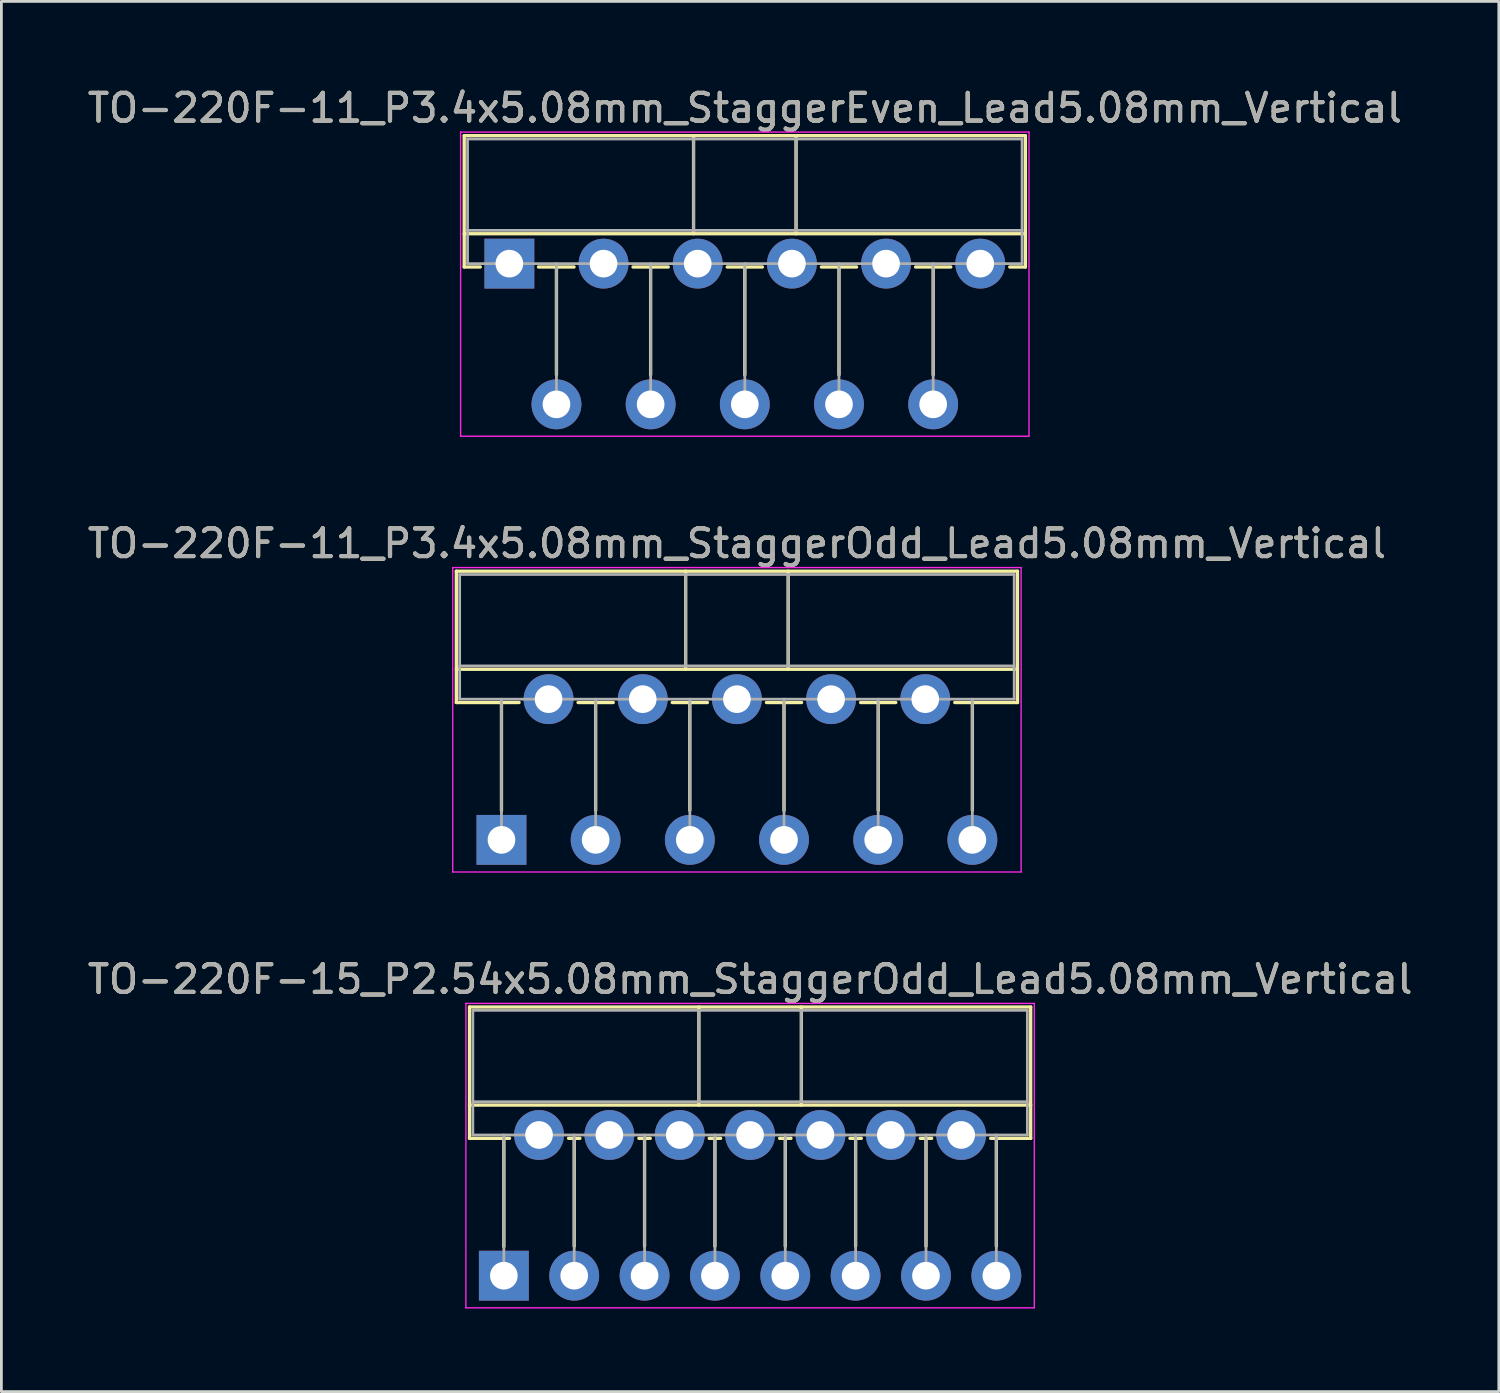
<source format=kicad_pcb>
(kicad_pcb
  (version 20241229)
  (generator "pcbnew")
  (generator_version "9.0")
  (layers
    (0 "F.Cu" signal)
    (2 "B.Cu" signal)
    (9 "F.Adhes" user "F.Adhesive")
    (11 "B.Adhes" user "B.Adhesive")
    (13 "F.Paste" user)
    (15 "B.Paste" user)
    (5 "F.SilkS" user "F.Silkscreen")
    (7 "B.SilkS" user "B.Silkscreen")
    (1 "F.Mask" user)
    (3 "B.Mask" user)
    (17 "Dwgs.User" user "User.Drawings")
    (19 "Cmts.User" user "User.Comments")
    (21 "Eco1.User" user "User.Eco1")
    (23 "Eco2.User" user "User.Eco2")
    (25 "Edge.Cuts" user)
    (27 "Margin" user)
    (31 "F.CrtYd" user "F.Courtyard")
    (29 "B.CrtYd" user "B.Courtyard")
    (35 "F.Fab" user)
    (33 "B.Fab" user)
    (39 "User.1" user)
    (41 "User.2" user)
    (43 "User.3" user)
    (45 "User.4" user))
  (footprint "TO-220F-11_P3.4x5.08mm_StaggerOdd_Lead5.08mm_Vertical"
    (layer "F.Cu")
    (at 15.054 27.271)
    (property "Reference" "TO-220F-11_P3.4x5.08mm_StaggerOdd_Lead5.08mm_Vertical" (at 8.5 -10.7 0) (layer "F.SilkS") (effects (font (size 1 1) (thickness 0.15))))
    (attr through_hole)
    (fp_line (start -1.63 -9.7) (end -1.63 -4.959) (stroke (width 0.12) (type solid)) (layer "F.SilkS"))
    (fp_line (start -1.63 -9.7) (end 18.63 -9.7) (stroke (width 0.12) (type solid)) (layer "F.SilkS"))
    (fp_line (start -1.63 -6.16) (end 18.63 -6.16) (stroke (width 0.12) (type solid)) (layer "F.SilkS"))
    (fp_line (start -1.63 -4.959) (end 0.635 -4.959) (stroke (width 0.12) (type solid)) (layer "F.SilkS"))
    (fp_line (start 0 -4.959) (end 0 -1.05) (stroke (width 0.12) (type solid)) (layer "F.SilkS"))
    (fp_line (start 2.765 -4.959) (end 4.035 -4.959) (stroke (width 0.12) (type solid)) (layer "F.SilkS"))
    (fp_line (start 3.4 -4.959) (end 3.4 -1.065) (stroke (width 0.12) (type solid)) (layer "F.SilkS"))
    (fp_line (start 6.165 -4.959) (end 7.435 -4.959) (stroke (width 0.12) (type solid)) (layer "F.SilkS"))
    (fp_line (start 6.65 -9.7) (end 6.65 -6.16) (stroke (width 0.12) (type solid)) (layer "F.SilkS"))
    (fp_line (start 6.8 -4.959) (end 6.8 -1.065) (stroke (width 0.12) (type solid)) (layer "F.SilkS"))
    (fp_line (start 9.566 -4.959) (end 10.835 -4.959) (stroke (width 0.12) (type solid)) (layer "F.SilkS"))
    (fp_line (start 10.2 -4.959) (end 10.2 -1.065) (stroke (width 0.12) (type solid)) (layer "F.SilkS"))
    (fp_line (start 10.35 -9.7) (end 10.35 -6.16) (stroke (width 0.12) (type solid)) (layer "F.SilkS"))
    (fp_line (start 12.965 -4.959) (end 14.235 -4.959) (stroke (width 0.12) (type solid)) (layer "F.SilkS"))
    (fp_line (start 13.6 -4.959) (end 13.6 -1.065) (stroke (width 0.12) (type solid)) (layer "F.SilkS"))
    (fp_line (start 16.365 -4.959) (end 18.63 -4.959) (stroke (width 0.12) (type solid)) (layer "F.SilkS"))
    (fp_line (start 17 -4.959) (end 17 -1.065) (stroke (width 0.12) (type solid)) (layer "F.SilkS"))
    (fp_line (start 18.63 -9.7) (end 18.63 -4.959) (stroke (width 0.12) (type solid)) (layer "F.SilkS"))
    (fp_line (start -1.76 -9.83) (end -1.76 1.16) (stroke (width 0.05) (type solid)) (layer "F.CrtYd"))
    (fp_line (start -1.76 1.16) (end 18.76 1.16) (stroke (width 0.05) (type solid)) (layer "F.CrtYd"))
    (fp_line (start 18.76 -9.83) (end -1.76 -9.83) (stroke (width 0.05) (type solid)) (layer "F.CrtYd"))
    (fp_line (start 18.76 1.16) (end 18.76 -9.83) (stroke (width 0.05) (type solid)) (layer "F.CrtYd"))
    (fp_line (start -1.51 -9.58) (end -1.51 -5.08) (stroke (width 0.1) (type solid)) (layer "F.Fab"))
    (fp_line (start -1.51 -6.28) (end 18.51 -6.28) (stroke (width 0.1) (type solid)) (layer "F.Fab"))
    (fp_line (start -1.51 -5.08) (end 18.51 -5.08) (stroke (width 0.1) (type solid)) (layer "F.Fab"))
    (fp_line (start 0 -5.08) (end 0 0) (stroke (width 0.1) (type solid)) (layer "F.Fab"))
    (fp_line (start 3.4 -5.08) (end 3.4 0) (stroke (width 0.1) (type solid)) (layer "F.Fab"))
    (fp_line (start 6.65 -9.58) (end 6.65 -6.28) (stroke (width 0.1) (type solid)) (layer "F.Fab"))
    (fp_line (start 6.8 -5.08) (end 6.8 0) (stroke (width 0.1) (type solid)) (layer "F.Fab"))
    (fp_line (start 10.2 -5.08) (end 10.2 0) (stroke (width 0.1) (type solid)) (layer "F.Fab"))
    (fp_line (start 10.35 -9.58) (end 10.35 -6.28) (stroke (width 0.1) (type solid)) (layer "F.Fab"))
    (fp_line (start 13.6 -5.08) (end 13.6 0) (stroke (width 0.1) (type solid)) (layer "F.Fab"))
    (fp_line (start 17 -5.08) (end 17 0) (stroke (width 0.1) (type solid)) (layer "F.Fab"))
    (fp_line (start 18.51 -9.58) (end -1.51 -9.58) (stroke (width 0.1) (type solid)) (layer "F.Fab"))
    (fp_line (start 18.51 -5.08) (end 18.51 -9.58) (stroke (width 0.1) (type solid)) (layer "F.Fab"))
    (fp_text user "${REFERENCE}" (at 8.5 -10.7 0) (layer "F.Fab") (effects (font (size 1 1) (thickness 0.15))))
    (pad "1" thru_hole rect (at 0 0) (size 1.8 1.8) (drill 1) (layers "*.Cu" "*.Mask"))
    (pad "2" thru_hole oval (at 1.7 -5.08) (size 1.8 1.8) (drill 1) (layers "*.Cu" "*.Mask"))
    (pad "3" thru_hole oval (at 3.4 0) (size 1.8 1.8) (drill 1) (layers "*.Cu" "*.Mask"))
    (pad "4" thru_hole oval (at 5.1 -5.08) (size 1.8 1.8) (drill 1) (layers "*.Cu" "*.Mask"))
    (pad "5" thru_hole oval (at 6.8 0) (size 1.8 1.8) (drill 1) (layers "*.Cu" "*.Mask"))
    (pad "6" thru_hole oval (at 8.5 -5.08) (size 1.8 1.8) (drill 1) (layers "*.Cu" "*.Mask"))
    (pad "7" thru_hole oval (at 10.2 0) (size 1.8 1.8) (drill 1) (layers "*.Cu" "*.Mask"))
    (pad "8" thru_hole oval (at 11.9 -5.08) (size 1.8 1.8) (drill 1) (layers "*.Cu" "*.Mask"))
    (pad "9" thru_hole oval (at 13.6 0) (size 1.8 1.8) (drill 1) (layers "*.Cu" "*.Mask"))
    (pad "10" thru_hole oval (at 15.3 -5.08) (size 1.8 1.8) (drill 1) (layers "*.Cu" "*.Mask"))
    (pad "11" thru_hole oval (at 17 0) (size 1.8 1.8) (drill 1) (layers "*.Cu" "*.Mask")))
  (footprint "TO-220F-15_P2.54x5.08mm_StaggerOdd_Lead5.08mm_Vertical"
    (layer "F.Cu")
    (at 15.14 43.005)
    (property "Reference" "TO-220F-15_P2.54x5.08mm_StaggerOdd_Lead5.08mm_Vertical" (at 8.89 -10.7 0) (layer "F.SilkS") (effects (font (size 1 1) (thickness 0.15))))
    (attr through_hole)
    (fp_line (start -1.24 -9.7) (end -1.24 -4.959) (stroke (width 0.12) (type solid)) (layer "F.SilkS"))
    (fp_line (start -1.24 -9.7) (end 19.02 -9.7) (stroke (width 0.12) (type solid)) (layer "F.SilkS"))
    (fp_line (start -1.24 -6.16) (end 19.02 -6.16) (stroke (width 0.12) (type solid)) (layer "F.SilkS"))
    (fp_line (start -1.24 -4.959) (end 0.205 -4.959) (stroke (width 0.12) (type solid)) (layer "F.SilkS"))
    (fp_line (start 0 -4.959) (end 0 -1.05) (stroke (width 0.12) (type solid)) (layer "F.SilkS"))
    (fp_line (start 2.336 -4.959) (end 2.745 -4.959) (stroke (width 0.12) (type solid)) (layer "F.SilkS"))
    (fp_line (start 2.54 -4.959) (end 2.54 -1.065) (stroke (width 0.12) (type solid)) (layer "F.SilkS"))
    (fp_line (start 4.875 -4.959) (end 5.285 -4.959) (stroke (width 0.12) (type solid)) (layer "F.SilkS"))
    (fp_line (start 5.08 -4.959) (end 5.08 -1.065) (stroke (width 0.12) (type solid)) (layer "F.SilkS"))
    (fp_line (start 7.041 -9.7) (end 7.041 -6.16) (stroke (width 0.12) (type solid)) (layer "F.SilkS"))
    (fp_line (start 7.415 -4.959) (end 7.825 -4.959) (stroke (width 0.12) (type solid)) (layer "F.SilkS"))
    (fp_line (start 7.62 -4.959) (end 7.62 -1.065) (stroke (width 0.12) (type solid)) (layer "F.SilkS"))
    (fp_line (start 9.955 -4.959) (end 10.365 -4.959) (stroke (width 0.12) (type solid)) (layer "F.SilkS"))
    (fp_line (start 10.16 -4.959) (end 10.16 -1.065) (stroke (width 0.12) (type solid)) (layer "F.SilkS"))
    (fp_line (start 10.74 -9.7) (end 10.74 -6.16) (stroke (width 0.12) (type solid)) (layer "F.SilkS"))
    (fp_line (start 12.495 -4.959) (end 12.905 -4.959) (stroke (width 0.12) (type solid)) (layer "F.SilkS"))
    (fp_line (start 12.7 -4.959) (end 12.7 -1.065) (stroke (width 0.12) (type solid)) (layer "F.SilkS"))
    (fp_line (start 15.035 -4.959) (end 15.445 -4.959) (stroke (width 0.12) (type solid)) (layer "F.SilkS"))
    (fp_line (start 15.24 -4.959) (end 15.24 -1.065) (stroke (width 0.12) (type solid)) (layer "F.SilkS"))
    (fp_line (start 17.575 -4.959) (end 19.02 -4.959) (stroke (width 0.12) (type solid)) (layer "F.SilkS"))
    (fp_line (start 17.78 -4.959) (end 17.78 -1.065) (stroke (width 0.12) (type solid)) (layer "F.SilkS"))
    (fp_line (start 19.02 -9.7) (end 19.02 -4.959) (stroke (width 0.12) (type solid)) (layer "F.SilkS"))
    (fp_line (start -1.37 -9.83) (end -1.37 1.16) (stroke (width 0.05) (type solid)) (layer "F.CrtYd"))
    (fp_line (start -1.37 1.16) (end 19.15 1.16) (stroke (width 0.05) (type solid)) (layer "F.CrtYd"))
    (fp_line (start 19.15 -9.83) (end -1.37 -9.83) (stroke (width 0.05) (type solid)) (layer "F.CrtYd"))
    (fp_line (start 19.15 1.16) (end 19.15 -9.83) (stroke (width 0.05) (type solid)) (layer "F.CrtYd"))
    (fp_line (start -1.12 -9.58) (end -1.12 -5.08) (stroke (width 0.1) (type solid)) (layer "F.Fab"))
    (fp_line (start -1.12 -6.28) (end 18.9 -6.28) (stroke (width 0.1) (type solid)) (layer "F.Fab"))
    (fp_line (start -1.12 -5.08) (end 18.9 -5.08) (stroke (width 0.1) (type solid)) (layer "F.Fab"))
    (fp_line (start 0 -5.08) (end 0 0) (stroke (width 0.1) (type solid)) (layer "F.Fab"))
    (fp_line (start 2.54 -5.08) (end 2.54 0) (stroke (width 0.1) (type solid)) (layer "F.Fab"))
    (fp_line (start 5.08 -5.08) (end 5.08 0) (stroke (width 0.1) (type solid)) (layer "F.Fab"))
    (fp_line (start 7.04 -9.58) (end 7.04 -6.28) (stroke (width 0.1) (type solid)) (layer "F.Fab"))
    (fp_line (start 7.62 -5.08) (end 7.62 0) (stroke (width 0.1) (type solid)) (layer "F.Fab"))
    (fp_line (start 10.16 -5.08) (end 10.16 0) (stroke (width 0.1) (type solid)) (layer "F.Fab"))
    (fp_line (start 10.74 -9.58) (end 10.74 -6.28) (stroke (width 0.1) (type solid)) (layer "F.Fab"))
    (fp_line (start 12.7 -5.08) (end 12.7 0) (stroke (width 0.1) (type solid)) (layer "F.Fab"))
    (fp_line (start 15.24 -5.08) (end 15.24 0) (stroke (width 0.1) (type solid)) (layer "F.Fab"))
    (fp_line (start 17.78 -5.08) (end 17.78 0) (stroke (width 0.1) (type solid)) (layer "F.Fab"))
    (fp_line (start 18.9 -9.58) (end -1.12 -9.58) (stroke (width 0.1) (type solid)) (layer "F.Fab"))
    (fp_line (start 18.9 -5.08) (end 18.9 -9.58) (stroke (width 0.1) (type solid)) (layer "F.Fab"))
    (fp_text user "${REFERENCE}" (at 8.89 -10.7 0) (layer "F.Fab") (effects (font (size 1 1) (thickness 0.15))))
    (pad "1" thru_hole rect (at 0 0) (size 1.8 1.8) (drill 1) (layers "*.Cu" "*.Mask"))
    (pad "2" thru_hole oval (at 1.27 -5.08) (size 1.8 1.8) (drill 1) (layers "*.Cu" "*.Mask"))
    (pad "3" thru_hole oval (at 2.54 0) (size 1.8 1.8) (drill 1) (layers "*.Cu" "*.Mask"))
    (pad "4" thru_hole oval (at 3.81 -5.08) (size 1.8 1.8) (drill 1) (layers "*.Cu" "*.Mask"))
    (pad "5" thru_hole oval (at 5.08 0) (size 1.8 1.8) (drill 1) (layers "*.Cu" "*.Mask"))
    (pad "6" thru_hole oval (at 6.35 -5.08) (size 1.8 1.8) (drill 1) (layers "*.Cu" "*.Mask"))
    (pad "7" thru_hole oval (at 7.62 0) (size 1.8 1.8) (drill 1) (layers "*.Cu" "*.Mask"))
    (pad "8" thru_hole oval (at 8.89 -5.08) (size 1.8 1.8) (drill 1) (layers "*.Cu" "*.Mask"))
    (pad "9" thru_hole oval (at 10.16 0) (size 1.8 1.8) (drill 1) (layers "*.Cu" "*.Mask"))
    (pad "10" thru_hole oval (at 11.43 -5.08) (size 1.8 1.8) (drill 1) (layers "*.Cu" "*.Mask"))
    (pad "11" thru_hole oval (at 12.7 0) (size 1.8 1.8) (drill 1) (layers "*.Cu" "*.Mask"))
    (pad "12" thru_hole oval (at 13.97 -5.08) (size 1.8 1.8) (drill 1) (layers "*.Cu" "*.Mask"))
    (pad "13" thru_hole oval (at 15.24 0) (size 1.8 1.8) (drill 1) (layers "*.Cu" "*.Mask"))
    (pad "14" thru_hole oval (at 16.51 -5.08) (size 1.8 1.8) (drill 1) (layers "*.Cu" "*.Mask"))
    (pad "15" thru_hole oval (at 17.78 0) (size 1.8 1.8) (drill 1) (layers "*.Cu" "*.Mask")))
  (footprint "TO-220F-11_P3.4x5.08mm_StaggerEven_Lead5.08mm_Vertical"
    (layer "F.Cu")
    (at 15.339 6.468)
    (property "Reference" "TO-220F-11_P3.4x5.08mm_StaggerEven_Lead5.08mm_Vertical" (at 8.5 -5.62 0) (layer "F.SilkS") (effects (font (size 1 1) (thickness 0.15))))
    (attr through_hole)
    (fp_line (start -1.63 -4.62) (end -1.63 0.121) (stroke (width 0.12) (type solid)) (layer "F.SilkS"))
    (fp_line (start -1.63 -4.62) (end 18.63 -4.62) (stroke (width 0.12) (type solid)) (layer "F.SilkS"))
    (fp_line (start -1.63 -1.08) (end 18.63 -1.08) (stroke (width 0.12) (type solid)) (layer "F.SilkS"))
    (fp_line (start -1.63 0.121) (end -1.05 0.121) (stroke (width 0.12) (type solid)) (layer "F.SilkS"))
    (fp_line (start 1.05 0.121) (end 2.335 0.121) (stroke (width 0.12) (type solid)) (layer "F.SilkS"))
    (fp_line (start 1.7 0.121) (end 1.7 4.015) (stroke (width 0.12) (type solid)) (layer "F.SilkS"))
    (fp_line (start 4.465 0.121) (end 5.735 0.121) (stroke (width 0.12) (type solid)) (layer "F.SilkS"))
    (fp_line (start 5.1 0.121) (end 5.1 4.015) (stroke (width 0.12) (type solid)) (layer "F.SilkS"))
    (fp_line (start 6.65 -4.62) (end 6.65 -1.08) (stroke (width 0.12) (type solid)) (layer "F.SilkS"))
    (fp_line (start 7.865 0.121) (end 9.135 0.121) (stroke (width 0.12) (type solid)) (layer "F.SilkS"))
    (fp_line (start 8.5 0.121) (end 8.5 4.015) (stroke (width 0.12) (type solid)) (layer "F.SilkS"))
    (fp_line (start 10.35 -4.62) (end 10.35 -1.08) (stroke (width 0.12) (type solid)) (layer "F.SilkS"))
    (fp_line (start 11.265 0.121) (end 12.535 0.121) (stroke (width 0.12) (type solid)) (layer "F.SilkS"))
    (fp_line (start 11.9 0.121) (end 11.9 4.015) (stroke (width 0.12) (type solid)) (layer "F.SilkS"))
    (fp_line (start 14.665 0.121) (end 15.935 0.121) (stroke (width 0.12) (type solid)) (layer "F.SilkS"))
    (fp_line (start 15.3 0.121) (end 15.3 4.015) (stroke (width 0.12) (type solid)) (layer "F.SilkS"))
    (fp_line (start 18.065 0.121) (end 18.63 0.121) (stroke (width 0.12) (type solid)) (layer "F.SilkS"))
    (fp_line (start 18.63 -4.62) (end 18.63 0.121) (stroke (width 0.12) (type solid)) (layer "F.SilkS"))
    (fp_line (start -1.76 -4.75) (end -1.76 6.23) (stroke (width 0.05) (type solid)) (layer "F.CrtYd"))
    (fp_line (start -1.76 6.23) (end 18.76 6.23) (stroke (width 0.05) (type solid)) (layer "F.CrtYd"))
    (fp_line (start 18.76 -4.75) (end -1.76 -4.75) (stroke (width 0.05) (type solid)) (layer "F.CrtYd"))
    (fp_line (start 18.76 6.23) (end 18.76 -4.75) (stroke (width 0.05) (type solid)) (layer "F.CrtYd"))
    (fp_line (start -1.51 -4.5) (end -1.51 0) (stroke (width 0.1) (type solid)) (layer "F.Fab"))
    (fp_line (start -1.51 -1.2) (end 18.51 -1.2) (stroke (width 0.1) (type solid)) (layer "F.Fab"))
    (fp_line (start -1.51 0) (end 18.51 0) (stroke (width 0.1) (type solid)) (layer "F.Fab"))
    (fp_line (start 1.7 0) (end 1.7 5.08) (stroke (width 0.1) (type solid)) (layer "F.Fab"))
    (fp_line (start 5.1 0) (end 5.1 5.08) (stroke (width 0.1) (type solid)) (layer "F.Fab"))
    (fp_line (start 6.65 -4.5) (end 6.65 -1.2) (stroke (width 0.1) (type solid)) (layer "F.Fab"))
    (fp_line (start 8.5 0) (end 8.5 5.08) (stroke (width 0.1) (type solid)) (layer "F.Fab"))
    (fp_line (start 10.35 -4.5) (end 10.35 -1.2) (stroke (width 0.1) (type solid)) (layer "F.Fab"))
    (fp_line (start 11.9 0) (end 11.9 5.08) (stroke (width 0.1) (type solid)) (layer "F.Fab"))
    (fp_line (start 15.3 0) (end 15.3 5.08) (stroke (width 0.1) (type solid)) (layer "F.Fab"))
    (fp_line (start 18.51 -4.5) (end -1.51 -4.5) (stroke (width 0.1) (type solid)) (layer "F.Fab"))
    (fp_line (start 18.51 0) (end 18.51 -4.5) (stroke (width 0.1) (type solid)) (layer "F.Fab"))
    (fp_text user "${REFERENCE}" (at 8.5 -5.62 0) (layer "F.Fab") (effects (font (size 1 1) (thickness 0.15))))
    (pad "1" thru_hole rect (at 0 0) (size 1.8 1.8) (drill 1) (layers "*.Cu" "*.Mask"))
    (pad "2" thru_hole oval (at 1.7 5.08) (size 1.8 1.8) (drill 1) (layers "*.Cu" "*.Mask"))
    (pad "3" thru_hole oval (at 3.4 0) (size 1.8 1.8) (drill 1) (layers "*.Cu" "*.Mask"))
    (pad "4" thru_hole oval (at 5.1 5.08) (size 1.8 1.8) (drill 1) (layers "*.Cu" "*.Mask"))
    (pad "5" thru_hole oval (at 6.8 0) (size 1.8 1.8) (drill 1) (layers "*.Cu" "*.Mask"))
    (pad "6" thru_hole oval (at 8.5 5.08) (size 1.8 1.8) (drill 1) (layers "*.Cu" "*.Mask"))
    (pad "7" thru_hole oval (at 10.2 0) (size 1.8 1.8) (drill 1) (layers "*.Cu" "*.Mask"))
    (pad "8" thru_hole oval (at 11.9 5.08) (size 1.8 1.8) (drill 1) (layers "*.Cu" "*.Mask"))
    (pad "9" thru_hole oval (at 13.6 0) (size 1.8 1.8) (drill 1) (layers "*.Cu" "*.Mask"))
    (pad "10" thru_hole oval (at 15.3 5.08) (size 1.8 1.8) (drill 1) (layers "*.Cu" "*.Mask"))
    (pad "11" thru_hole oval (at 17 0) (size 1.8 1.8) (drill 1) (layers "*.Cu" "*.Mask")))
  (gr_rect
    (start -3 -3)
    (end 51.06 47.19)
    (stroke (width 0.1) (type default))
    (fill no)
    (layer "Edge.Cuts")))
</source>
